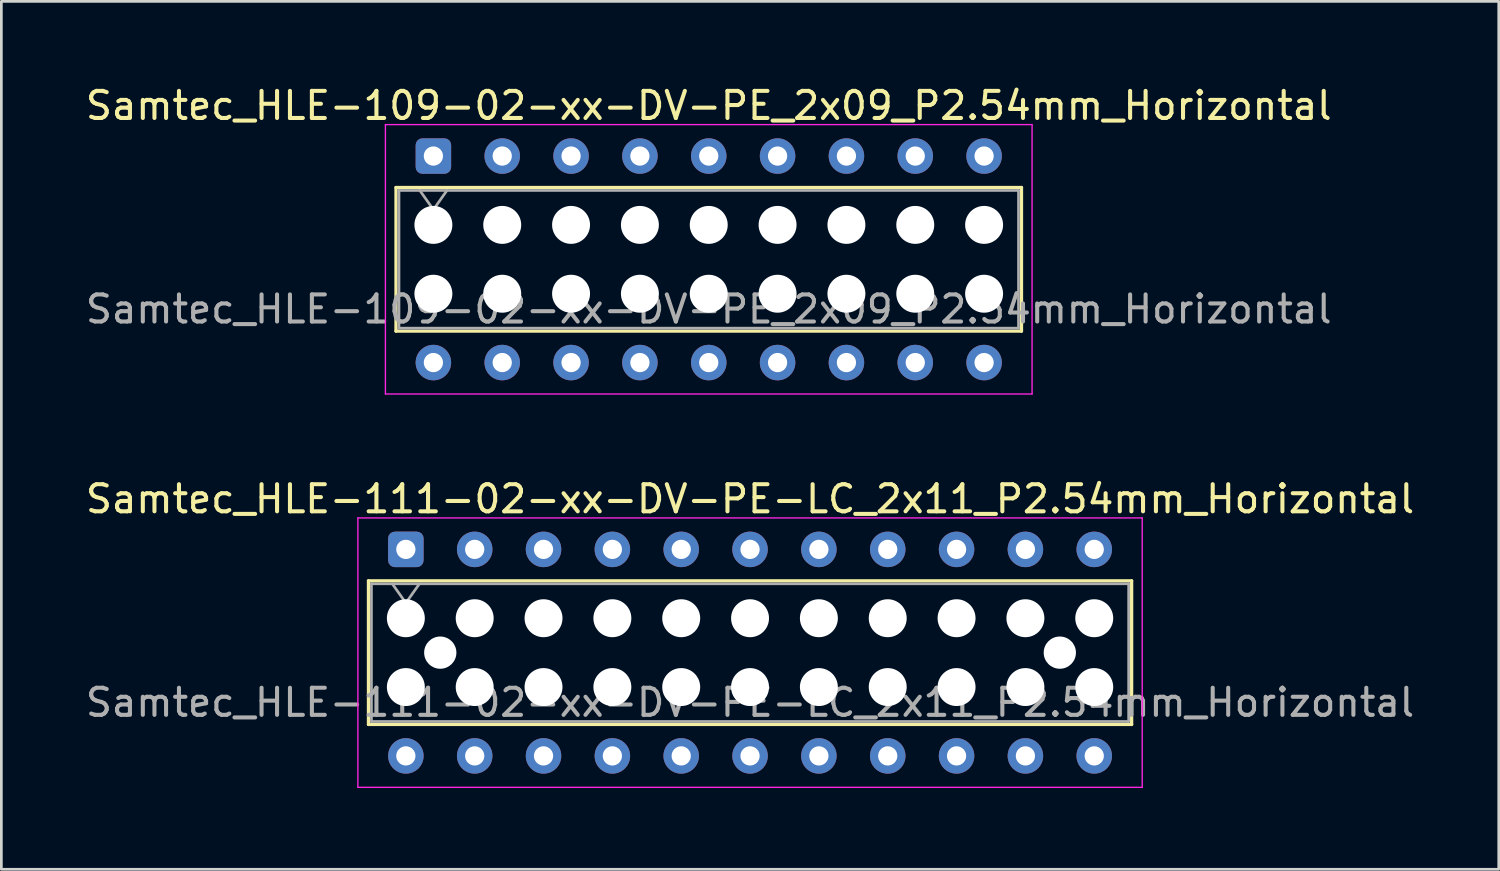
<source format=kicad_pcb>
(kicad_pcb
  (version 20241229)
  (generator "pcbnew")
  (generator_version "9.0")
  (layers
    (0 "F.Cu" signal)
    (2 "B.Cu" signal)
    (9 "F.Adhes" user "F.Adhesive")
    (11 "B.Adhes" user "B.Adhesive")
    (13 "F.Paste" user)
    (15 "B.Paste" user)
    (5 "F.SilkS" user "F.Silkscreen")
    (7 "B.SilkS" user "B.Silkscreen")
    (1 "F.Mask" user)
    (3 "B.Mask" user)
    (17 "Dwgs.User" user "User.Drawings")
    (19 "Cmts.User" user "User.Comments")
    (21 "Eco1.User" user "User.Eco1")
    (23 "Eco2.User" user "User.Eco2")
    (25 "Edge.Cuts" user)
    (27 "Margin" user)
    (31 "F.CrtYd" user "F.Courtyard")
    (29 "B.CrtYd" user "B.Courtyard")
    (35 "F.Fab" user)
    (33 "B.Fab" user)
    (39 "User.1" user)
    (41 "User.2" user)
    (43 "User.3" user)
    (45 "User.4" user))
  (footprint "Samtec_HLE-109-02-xx-DV-PE_2x09_P2.54mm_Horizontal"
    (layer "F.Cu")
    (at 12.941 2.708)
    (property "Reference" "Samtec_HLE-109-02-xx-DV-PE_2x09_P2.54mm_Horizontal" (at 10.16 -1.86 0) (layer "F.SilkS") (effects (font (size 1 1) (thickness 0.15))))
    (attr through_hole)
    (fp_line (start -1.38 1.16) (end 21.7 1.16) (stroke (width 0.12) (type solid)) (layer "F.SilkS"))
    (fp_line (start -1.38 6.46) (end -1.38 1.16) (stroke (width 0.12) (type solid)) (layer "F.SilkS"))
    (fp_line (start 21.7 1.16) (end 21.7 6.46) (stroke (width 0.12) (type solid)) (layer "F.SilkS"))
    (fp_line (start 21.7 6.46) (end -1.38 6.46) (stroke (width 0.12) (type solid)) (layer "F.SilkS"))
    (fp_line (start -1.77 -1.16) (end 22.09 -1.16) (stroke (width 0.05) (type solid)) (layer "F.CrtYd"))
    (fp_line (start -1.77 8.78) (end -1.77 -1.16) (stroke (width 0.05) (type solid)) (layer "F.CrtYd"))
    (fp_line (start 22.09 -1.16) (end 22.09 8.78) (stroke (width 0.05) (type solid)) (layer "F.CrtYd"))
    (fp_line (start 22.09 8.78) (end -1.77 8.78) (stroke (width 0.05) (type solid)) (layer "F.CrtYd"))
    (fp_line (start -1.27 1.27) (end 21.59 1.27) (stroke (width 0.1) (type solid)) (layer "F.Fab"))
    (fp_line (start -1.27 6.35) (end -1.27 1.27) (stroke (width 0.1) (type solid)) (layer "F.Fab"))
    (fp_line (start -0.5 1.27) (end 0 1.977) (stroke (width 0.1) (type solid)) (layer "F.Fab"))
    (fp_line (start 0 1.977) (end 0.5 1.27) (stroke (width 0.1) (type solid)) (layer "F.Fab"))
    (fp_line (start 21.59 1.27) (end 21.59 6.35) (stroke (width 0.1) (type solid)) (layer "F.Fab"))
    (fp_line (start 21.59 6.35) (end -1.27 6.35) (stroke (width 0.1) (type solid)) (layer "F.Fab"))
    (fp_text user "${REFERENCE}" (at 10.16 5.65 0) (layer "F.Fab") (effects (font (size 1 1) (thickness 0.15))))
    (pad "" np_thru_hole circle (at 0 2.54) (size 1.4 1.4) (drill 1.4) (layers "*.Cu" "*.Mask"))
    (pad "" np_thru_hole circle (at 0 5.08) (size 1.4 1.4) (drill 1.4) (layers "*.Cu" "*.Mask"))
    (pad "" np_thru_hole circle (at 2.54 2.54) (size 1.4 1.4) (drill 1.4) (layers "*.Cu" "*.Mask"))
    (pad "" np_thru_hole circle (at 2.54 5.08) (size 1.4 1.4) (drill 1.4) (layers "*.Cu" "*.Mask"))
    (pad "" np_thru_hole circle (at 5.08 2.54) (size 1.4 1.4) (drill 1.4) (layers "*.Cu" "*.Mask"))
    (pad "" np_thru_hole circle (at 5.08 5.08) (size 1.4 1.4) (drill 1.4) (layers "*.Cu" "*.Mask"))
    (pad "" np_thru_hole circle (at 7.62 2.54) (size 1.4 1.4) (drill 1.4) (layers "*.Cu" "*.Mask"))
    (pad "" np_thru_hole circle (at 7.62 5.08) (size 1.4 1.4) (drill 1.4) (layers "*.Cu" "*.Mask"))
    (pad "" np_thru_hole circle (at 10.16 2.54) (size 1.4 1.4) (drill 1.4) (layers "*.Cu" "*.Mask"))
    (pad "" np_thru_hole circle (at 10.16 5.08) (size 1.4 1.4) (drill 1.4) (layers "*.Cu" "*.Mask"))
    (pad "" np_thru_hole circle (at 12.7 2.54) (size 1.4 1.4) (drill 1.4) (layers "*.Cu" "*.Mask"))
    (pad "" np_thru_hole circle (at 12.7 5.08) (size 1.4 1.4) (drill 1.4) (layers "*.Cu" "*.Mask"))
    (pad "" np_thru_hole circle (at 15.24 2.54) (size 1.4 1.4) (drill 1.4) (layers "*.Cu" "*.Mask"))
    (pad "" np_thru_hole circle (at 15.24 5.08) (size 1.4 1.4) (drill 1.4) (layers "*.Cu" "*.Mask"))
    (pad "" np_thru_hole circle (at 17.78 2.54) (size 1.4 1.4) (drill 1.4) (layers "*.Cu" "*.Mask"))
    (pad "" np_thru_hole circle (at 17.78 5.08) (size 1.4 1.4) (drill 1.4) (layers "*.Cu" "*.Mask"))
    (pad "" np_thru_hole circle (at 20.32 2.54) (size 1.4 1.4) (drill 1.4) (layers "*.Cu" "*.Mask"))
    (pad "" np_thru_hole circle (at 20.32 5.08) (size 1.4 1.4) (drill 1.4) (layers "*.Cu" "*.Mask"))
    (pad "1" thru_hole roundrect (at 0 0) (size 1.31 1.31) (drill 0.71) (layers "*.Cu" "*.Mask") (roundrect_rratio 0.191))
    (pad "2" thru_hole circle (at 0 7.62) (size 1.31 1.31) (drill 0.71) (layers "*.Cu" "*.Mask"))
    (pad "3" thru_hole circle (at 2.54 0) (size 1.31 1.31) (drill 0.71) (layers "*.Cu" "*.Mask"))
    (pad "4" thru_hole circle (at 2.54 7.62) (size 1.31 1.31) (drill 0.71) (layers "*.Cu" "*.Mask"))
    (pad "5" thru_hole circle (at 5.08 0) (size 1.31 1.31) (drill 0.71) (layers "*.Cu" "*.Mask"))
    (pad "6" thru_hole circle (at 5.08 7.62) (size 1.31 1.31) (drill 0.71) (layers "*.Cu" "*.Mask"))
    (pad "7" thru_hole circle (at 7.62 0) (size 1.31 1.31) (drill 0.71) (layers "*.Cu" "*.Mask"))
    (pad "8" thru_hole circle (at 7.62 7.62) (size 1.31 1.31) (drill 0.71) (layers "*.Cu" "*.Mask"))
    (pad "9" thru_hole circle (at 10.16 0) (size 1.31 1.31) (drill 0.71) (layers "*.Cu" "*.Mask"))
    (pad "10" thru_hole circle (at 10.16 7.62) (size 1.31 1.31) (drill 0.71) (layers "*.Cu" "*.Mask"))
    (pad "11" thru_hole circle (at 12.7 0) (size 1.31 1.31) (drill 0.71) (layers "*.Cu" "*.Mask"))
    (pad "12" thru_hole circle (at 12.7 7.62) (size 1.31 1.31) (drill 0.71) (layers "*.Cu" "*.Mask"))
    (pad "13" thru_hole circle (at 15.24 0) (size 1.31 1.31) (drill 0.71) (layers "*.Cu" "*.Mask"))
    (pad "14" thru_hole circle (at 15.24 7.62) (size 1.31 1.31) (drill 0.71) (layers "*.Cu" "*.Mask"))
    (pad "15" thru_hole circle (at 17.78 0) (size 1.31 1.31) (drill 0.71) (layers "*.Cu" "*.Mask"))
    (pad "16" thru_hole circle (at 17.78 7.62) (size 1.31 1.31) (drill 0.71) (layers "*.Cu" "*.Mask"))
    (pad "17" thru_hole circle (at 20.32 0) (size 1.31 1.31) (drill 0.71) (layers "*.Cu" "*.Mask"))
    (pad "18" thru_hole circle (at 20.32 7.62) (size 1.31 1.31) (drill 0.71) (layers "*.Cu" "*.Mask")))
  (footprint "Samtec_HLE-111-02-xx-DV-PE-LC_2x11_P2.54mm_Horizontal"
    (layer "F.Cu")
    (at 11.925 17.221)
    (property "Reference" "Samtec_HLE-111-02-xx-DV-PE-LC_2x11_P2.54mm_Horizontal" (at 12.7 -1.86 0) (layer "F.SilkS") (effects (font (size 1 1) (thickness 0.15))))
    (attr through_hole)
    (fp_line (start -1.38 1.16) (end 26.78 1.16) (stroke (width 0.12) (type solid)) (layer "F.SilkS"))
    (fp_line (start -1.38 6.46) (end -1.38 1.16) (stroke (width 0.12) (type solid)) (layer "F.SilkS"))
    (fp_line (start 26.78 1.16) (end 26.78 6.46) (stroke (width 0.12) (type solid)) (layer "F.SilkS"))
    (fp_line (start 26.78 6.46) (end -1.38 6.46) (stroke (width 0.12) (type solid)) (layer "F.SilkS"))
    (fp_line (start -1.77 -1.16) (end 27.17 -1.16) (stroke (width 0.05) (type solid)) (layer "F.CrtYd"))
    (fp_line (start -1.77 8.78) (end -1.77 -1.16) (stroke (width 0.05) (type solid)) (layer "F.CrtYd"))
    (fp_line (start 27.17 -1.16) (end 27.17 8.78) (stroke (width 0.05) (type solid)) (layer "F.CrtYd"))
    (fp_line (start 27.17 8.78) (end -1.77 8.78) (stroke (width 0.05) (type solid)) (layer "F.CrtYd"))
    (fp_line (start -1.27 1.27) (end 26.67 1.27) (stroke (width 0.1) (type solid)) (layer "F.Fab"))
    (fp_line (start -1.27 6.35) (end -1.27 1.27) (stroke (width 0.1) (type solid)) (layer "F.Fab"))
    (fp_line (start -0.5 1.27) (end 0 1.977) (stroke (width 0.1) (type solid)) (layer "F.Fab"))
    (fp_line (start 0 1.977) (end 0.5 1.27) (stroke (width 0.1) (type solid)) (layer "F.Fab"))
    (fp_line (start 26.67 1.27) (end 26.67 6.35) (stroke (width 0.1) (type solid)) (layer "F.Fab"))
    (fp_line (start 26.67 6.35) (end -1.27 6.35) (stroke (width 0.1) (type solid)) (layer "F.Fab"))
    (fp_text user "${REFERENCE}" (at 12.7 5.65 0) (layer "F.Fab") (effects (font (size 1 1) (thickness 0.15))))
    (pad "" np_thru_hole circle (at 0 2.54) (size 1.4 1.4) (drill 1.4) (layers "*.Cu" "*.Mask"))
    (pad "" np_thru_hole circle (at 0 5.08) (size 1.4 1.4) (drill 1.4) (layers "*.Cu" "*.Mask"))
    (pad "" np_thru_hole circle (at 1.27 3.81) (size 1.19 1.19) (drill 1.19) (layers "*.Cu" "*.Mask"))
    (pad "" np_thru_hole circle (at 2.54 2.54) (size 1.4 1.4) (drill 1.4) (layers "*.Cu" "*.Mask"))
    (pad "" np_thru_hole circle (at 2.54 5.08) (size 1.4 1.4) (drill 1.4) (layers "*.Cu" "*.Mask"))
    (pad "" np_thru_hole circle (at 5.08 2.54) (size 1.4 1.4) (drill 1.4) (layers "*.Cu" "*.Mask"))
    (pad "" np_thru_hole circle (at 5.08 5.08) (size 1.4 1.4) (drill 1.4) (layers "*.Cu" "*.Mask"))
    (pad "" np_thru_hole circle (at 7.62 2.54) (size 1.4 1.4) (drill 1.4) (layers "*.Cu" "*.Mask"))
    (pad "" np_thru_hole circle (at 7.62 5.08) (size 1.4 1.4) (drill 1.4) (layers "*.Cu" "*.Mask"))
    (pad "" np_thru_hole circle (at 10.16 2.54) (size 1.4 1.4) (drill 1.4) (layers "*.Cu" "*.Mask"))
    (pad "" np_thru_hole circle (at 10.16 5.08) (size 1.4 1.4) (drill 1.4) (layers "*.Cu" "*.Mask"))
    (pad "" np_thru_hole circle (at 12.7 2.54) (size 1.4 1.4) (drill 1.4) (layers "*.Cu" "*.Mask"))
    (pad "" np_thru_hole circle (at 12.7 5.08) (size 1.4 1.4) (drill 1.4) (layers "*.Cu" "*.Mask"))
    (pad "" np_thru_hole circle (at 15.24 2.54) (size 1.4 1.4) (drill 1.4) (layers "*.Cu" "*.Mask"))
    (pad "" np_thru_hole circle (at 15.24 5.08) (size 1.4 1.4) (drill 1.4) (layers "*.Cu" "*.Mask"))
    (pad "" np_thru_hole circle (at 17.78 2.54) (size 1.4 1.4) (drill 1.4) (layers "*.Cu" "*.Mask"))
    (pad "" np_thru_hole circle (at 17.78 5.08) (size 1.4 1.4) (drill 1.4) (layers "*.Cu" "*.Mask"))
    (pad "" np_thru_hole circle (at 20.32 2.54) (size 1.4 1.4) (drill 1.4) (layers "*.Cu" "*.Mask"))
    (pad "" np_thru_hole circle (at 20.32 5.08) (size 1.4 1.4) (drill 1.4) (layers "*.Cu" "*.Mask"))
    (pad "" np_thru_hole circle (at 22.86 2.54) (size 1.4 1.4) (drill 1.4) (layers "*.Cu" "*.Mask"))
    (pad "" np_thru_hole circle (at 22.86 5.08) (size 1.4 1.4) (drill 1.4) (layers "*.Cu" "*.Mask"))
    (pad "" np_thru_hole circle (at 24.13 3.81) (size 1.19 1.19) (drill 1.19) (layers "*.Cu" "*.Mask"))
    (pad "" np_thru_hole circle (at 25.4 2.54) (size 1.4 1.4) (drill 1.4) (layers "*.Cu" "*.Mask"))
    (pad "" np_thru_hole circle (at 25.4 5.08) (size 1.4 1.4) (drill 1.4) (layers "*.Cu" "*.Mask"))
    (pad "1" thru_hole roundrect (at 0 0) (size 1.31 1.31) (drill 0.71) (layers "*.Cu" "*.Mask") (roundrect_rratio 0.191))
    (pad "2" thru_hole circle (at 0 7.62) (size 1.31 1.31) (drill 0.71) (layers "*.Cu" "*.Mask"))
    (pad "3" thru_hole circle (at 2.54 0) (size 1.31 1.31) (drill 0.71) (layers "*.Cu" "*.Mask"))
    (pad "4" thru_hole circle (at 2.54 7.62) (size 1.31 1.31) (drill 0.71) (layers "*.Cu" "*.Mask"))
    (pad "5" thru_hole circle (at 5.08 0) (size 1.31 1.31) (drill 0.71) (layers "*.Cu" "*.Mask"))
    (pad "6" thru_hole circle (at 5.08 7.62) (size 1.31 1.31) (drill 0.71) (layers "*.Cu" "*.Mask"))
    (pad "7" thru_hole circle (at 7.62 0) (size 1.31 1.31) (drill 0.71) (layers "*.Cu" "*.Mask"))
    (pad "8" thru_hole circle (at 7.62 7.62) (size 1.31 1.31) (drill 0.71) (layers "*.Cu" "*.Mask"))
    (pad "9" thru_hole circle (at 10.16 0) (size 1.31 1.31) (drill 0.71) (layers "*.Cu" "*.Mask"))
    (pad "10" thru_hole circle (at 10.16 7.62) (size 1.31 1.31) (drill 0.71) (layers "*.Cu" "*.Mask"))
    (pad "11" thru_hole circle (at 12.7 0) (size 1.31 1.31) (drill 0.71) (layers "*.Cu" "*.Mask"))
    (pad "12" thru_hole circle (at 12.7 7.62) (size 1.31 1.31) (drill 0.71) (layers "*.Cu" "*.Mask"))
    (pad "13" thru_hole circle (at 15.24 0) (size 1.31 1.31) (drill 0.71) (layers "*.Cu" "*.Mask"))
    (pad "14" thru_hole circle (at 15.24 7.62) (size 1.31 1.31) (drill 0.71) (layers "*.Cu" "*.Mask"))
    (pad "15" thru_hole circle (at 17.78 0) (size 1.31 1.31) (drill 0.71) (layers "*.Cu" "*.Mask"))
    (pad "16" thru_hole circle (at 17.78 7.62) (size 1.31 1.31) (drill 0.71) (layers "*.Cu" "*.Mask"))
    (pad "17" thru_hole circle (at 20.32 0) (size 1.31 1.31) (drill 0.71) (layers "*.Cu" "*.Mask"))
    (pad "18" thru_hole circle (at 20.32 7.62) (size 1.31 1.31) (drill 0.71) (layers "*.Cu" "*.Mask"))
    (pad "19" thru_hole circle (at 22.86 0) (size 1.31 1.31) (drill 0.71) (layers "*.Cu" "*.Mask"))
    (pad "20" thru_hole circle (at 22.86 7.62) (size 1.31 1.31) (drill 0.71) (layers "*.Cu" "*.Mask"))
    (pad "21" thru_hole circle (at 25.4 0) (size 1.31 1.31) (drill 0.71) (layers "*.Cu" "*.Mask"))
    (pad "22" thru_hole circle (at 25.4 7.62) (size 1.31 1.31) (drill 0.71) (layers "*.Cu" "*.Mask")))
  (gr_rect
    (start -3 -3)
    (end 52.25 29.026)
    (stroke (width 0.1) (type default))
    (fill no)
    (layer "Edge.Cuts")))
</source>
